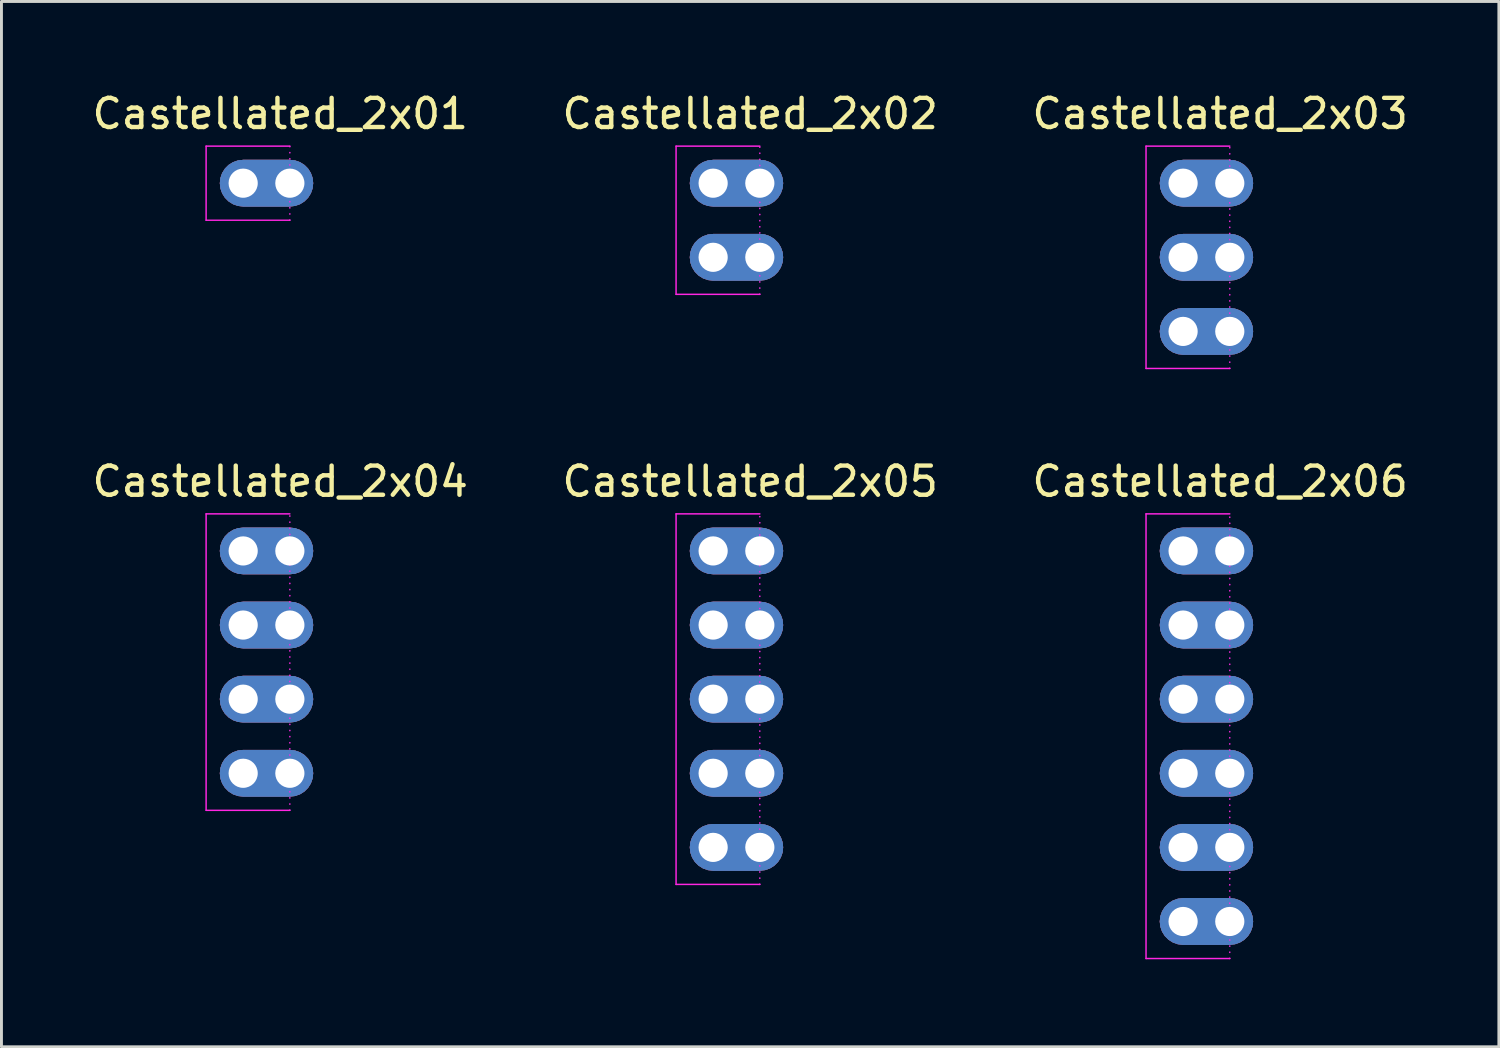
<source format=kicad_pcb>
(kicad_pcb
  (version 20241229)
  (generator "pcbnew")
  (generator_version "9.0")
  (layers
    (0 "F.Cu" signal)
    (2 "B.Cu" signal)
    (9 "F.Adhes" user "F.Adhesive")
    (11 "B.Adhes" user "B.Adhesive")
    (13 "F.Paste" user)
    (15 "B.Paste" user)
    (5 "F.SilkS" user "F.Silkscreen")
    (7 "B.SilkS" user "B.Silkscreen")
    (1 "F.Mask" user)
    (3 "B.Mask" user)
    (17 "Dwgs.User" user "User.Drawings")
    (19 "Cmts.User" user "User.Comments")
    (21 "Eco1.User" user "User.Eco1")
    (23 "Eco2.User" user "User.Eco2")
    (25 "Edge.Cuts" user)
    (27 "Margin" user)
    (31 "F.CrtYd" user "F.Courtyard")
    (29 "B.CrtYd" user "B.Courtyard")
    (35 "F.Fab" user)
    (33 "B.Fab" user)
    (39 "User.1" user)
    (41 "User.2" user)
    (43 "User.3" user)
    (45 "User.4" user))
  (footprint "Castellated_2x04"
    (layer "F.Cu")
    (at 5.284 15.832)
    (property "Reference" "Castellated_2x04" (at 1.27 -2.38 0) (layer "F.SilkS") (effects (font (size 1 1) (thickness 0.15))))
    (attr through_hole)
    (fp_line (start 1.6 -1.27) (end 1.6 8.89) (stroke (width 0.001) (type solid)) (layer "Edge.Cuts"))
    (fp_line (start -1.27 -1.27) (end -1.27 8.89) (stroke (width 0.05) (type solid)) (layer "F.CrtYd"))
    (fp_line (start -1.27 8.89) (end 1.6 8.89) (stroke (width 0.05) (type solid)) (layer "F.CrtYd"))
    (fp_line (start 1.6 -1.27) (end -1.27 -1.27) (stroke (width 0.05) (type solid)) (layer "F.CrtYd"))
    (fp_line (start 1.6 8.89) (end 1.6 -1.27) (stroke (width 0.05) (type dot)) (layer "F.CrtYd"))
    (pad "1" thru_hole roundrect (at 0 0) (size 3.2 1.6) (drill 1 (offset 0.8 0)) (layers "*.Cu" "*.Mask") (roundrect_rratio 0.5))
    (pad "1" thru_hole roundrect (at 1.6 0) (size 3.2 1.6) (drill 1 (offset -0.8 0)) (layers "*.Cu" "*.Mask") (roundrect_rratio 0.5))
    (pad "2" thru_hole roundrect (at 0 2.54) (size 3.2 1.6) (drill 1 (offset 0.8 0)) (layers "*.Cu" "*.Mask") (roundrect_rratio 0.5))
    (pad "2" thru_hole roundrect (at 1.6 2.54) (size 3.2 1.6) (drill 1 (offset -0.8 0)) (layers "*.Cu" "*.Mask") (roundrect_rratio 0.5))
    (pad "3" thru_hole roundrect (at 0 5.08) (size 3.2 1.6) (drill 1 (offset 0.8 0)) (layers "*.Cu" "*.Mask") (roundrect_rratio 0.5))
    (pad "3" thru_hole roundrect (at 1.6 5.08) (size 3.2 1.6) (drill 1 (offset -0.8 0)) (layers "*.Cu" "*.Mask") (roundrect_rratio 0.5))
    (pad "4" thru_hole roundrect (at 0 7.62) (size 3.2 1.6) (drill 1 (offset 0.8 0)) (layers "*.Cu" "*.Mask") (roundrect_rratio 0.5))
    (pad "4" thru_hole roundrect (at 1.6 7.62) (size 3.2 1.6) (drill 1 (offset -0.8 0)) (layers "*.Cu" "*.Mask") (roundrect_rratio 0.5)))
  (footprint "Castellated_2x02"
    (layer "F.Cu")
    (at 21.391 3.228)
    (property "Reference" "Castellated_2x02" (at 1.27 -2.38 0) (layer "F.SilkS") (effects (font (size 1 1) (thickness 0.15))))
    (attr through_hole)
    (fp_line (start 1.6 -1.27) (end 1.6 3.81) (stroke (width 0.001) (type solid)) (layer "Edge.Cuts"))
    (fp_line (start -1.27 -1.27) (end -1.27 3.81) (stroke (width 0.05) (type solid)) (layer "F.CrtYd"))
    (fp_line (start -1.27 3.81) (end 1.6 3.81) (stroke (width 0.05) (type solid)) (layer "F.CrtYd"))
    (fp_line (start 1.6 -1.27) (end -1.27 -1.27) (stroke (width 0.05) (type solid)) (layer "F.CrtYd"))
    (fp_line (start 1.6 3.81) (end 1.6 -1.27) (stroke (width 0.05) (type dot)) (layer "F.CrtYd"))
    (pad "1" thru_hole roundrect (at 0 0) (size 3.2 1.6) (drill 1 (offset 0.8 0)) (layers "*.Cu" "*.Mask") (roundrect_rratio 0.5))
    (pad "1" thru_hole roundrect (at 1.6 0) (size 3.2 1.6) (drill 1 (offset -0.8 0)) (layers "*.Cu" "*.Mask") (roundrect_rratio 0.5))
    (pad "2" thru_hole roundrect (at 0 2.54) (size 3.2 1.6) (drill 1 (offset 0.8 0)) (layers "*.Cu" "*.Mask") (roundrect_rratio 0.5))
    (pad "2" thru_hole roundrect (at 1.6 2.54) (size 3.2 1.6) (drill 1 (offset -0.8 0)) (layers "*.Cu" "*.Mask") (roundrect_rratio 0.5)))
  (footprint "Castellated_2x01"
    (layer "F.Cu")
    (at 5.284 3.228)
    (property "Reference" "Castellated_2x01" (at 1.27 -2.38 0) (layer "F.SilkS") (effects (font (size 1 1) (thickness 0.15))))
    (attr through_hole)
    (fp_line (start 1.6 -1.27) (end 1.6 1.27) (stroke (width 0.001) (type solid)) (layer "Edge.Cuts"))
    (fp_line (start -1.27 -1.27) (end -1.27 1.27) (stroke (width 0.05) (type solid)) (layer "F.CrtYd"))
    (fp_line (start -1.27 1.27) (end 1.6 1.27) (stroke (width 0.05) (type solid)) (layer "F.CrtYd"))
    (fp_line (start 1.6 -1.27) (end -1.27 -1.27) (stroke (width 0.05) (type solid)) (layer "F.CrtYd"))
    (fp_line (start 1.6 1.27) (end 1.6 -1.27) (stroke (width 0.05) (type dot)) (layer "F.CrtYd"))
    (pad "1" thru_hole roundrect (at 0 0) (size 3.2 1.6) (drill 1 (offset 0.8 0)) (layers "*.Cu" "*.Mask") (roundrect_rratio 0.5))
    (pad "1" thru_hole roundrect (at 1.6 0) (size 3.2 1.6) (drill 1 (offset -0.8 0)) (layers "*.Cu" "*.Mask") (roundrect_rratio 0.5)))
  (footprint "Castellated_2x06"
    (layer "F.Cu")
    (at 37.498 15.832)
    (property "Reference" "Castellated_2x06" (at 1.27 -2.38 0) (layer "F.SilkS") (effects (font (size 1 1) (thickness 0.15))))
    (attr through_hole)
    (fp_line (start 1.6 -1.27) (end 1.6 13.97) (stroke (width 0.001) (type solid)) (layer "Edge.Cuts"))
    (fp_line (start -1.27 -1.27) (end -1.27 13.97) (stroke (width 0.05) (type solid)) (layer "F.CrtYd"))
    (fp_line (start -1.27 13.97) (end 1.6 13.97) (stroke (width 0.05) (type solid)) (layer "F.CrtYd"))
    (fp_line (start 1.6 -1.27) (end -1.27 -1.27) (stroke (width 0.05) (type solid)) (layer "F.CrtYd"))
    (fp_line (start 1.6 13.97) (end 1.6 -1.27) (stroke (width 0.05) (type dot)) (layer "F.CrtYd"))
    (pad "1" thru_hole roundrect (at 0 0) (size 3.2 1.6) (drill 1 (offset 0.8 0)) (layers "*.Cu" "*.Mask") (roundrect_rratio 0.5))
    (pad "1" thru_hole roundrect (at 1.6 0) (size 3.2 1.6) (drill 1 (offset -0.8 0)) (layers "*.Cu" "*.Mask") (roundrect_rratio 0.5))
    (pad "2" thru_hole roundrect (at 0 2.54) (size 3.2 1.6) (drill 1 (offset 0.8 0)) (layers "*.Cu" "*.Mask") (roundrect_rratio 0.5))
    (pad "2" thru_hole roundrect (at 1.6 2.54) (size 3.2 1.6) (drill 1 (offset -0.8 0)) (layers "*.Cu" "*.Mask") (roundrect_rratio 0.5))
    (pad "3" thru_hole roundrect (at 0 5.08) (size 3.2 1.6) (drill 1 (offset 0.8 0)) (layers "*.Cu" "*.Mask") (roundrect_rratio 0.5))
    (pad "3" thru_hole roundrect (at 1.6 5.08) (size 3.2 1.6) (drill 1 (offset -0.8 0)) (layers "*.Cu" "*.Mask") (roundrect_rratio 0.5))
    (pad "4" thru_hole roundrect (at 0 7.62) (size 3.2 1.6) (drill 1 (offset 0.8 0)) (layers "*.Cu" "*.Mask") (roundrect_rratio 0.5))
    (pad "4" thru_hole roundrect (at 1.6 7.62) (size 3.2 1.6) (drill 1 (offset -0.8 0)) (layers "*.Cu" "*.Mask") (roundrect_rratio 0.5))
    (pad "5" thru_hole roundrect (at 0 10.16) (size 3.2 1.6) (drill 1 (offset 0.8 0)) (layers "*.Cu" "*.Mask") (roundrect_rratio 0.5))
    (pad "5" thru_hole roundrect (at 1.6 10.16) (size 3.2 1.6) (drill 1 (offset -0.8 0)) (layers "*.Cu" "*.Mask") (roundrect_rratio 0.5))
    (pad "6" thru_hole roundrect (at 0 12.7) (size 3.2 1.6) (drill 1 (offset 0.8 0)) (layers "*.Cu" "*.Mask") (roundrect_rratio 0.5))
    (pad "6" thru_hole roundrect (at 1.6 12.7) (size 3.2 1.6) (drill 1 (offset -0.8 0)) (layers "*.Cu" "*.Mask") (roundrect_rratio 0.5)))
  (footprint "Castellated_2x05"
    (layer "F.Cu")
    (at 21.391 15.832)
    (property "Reference" "Castellated_2x05" (at 1.27 -2.38 0) (layer "F.SilkS") (effects (font (size 1 1) (thickness 0.15))))
    (attr through_hole)
    (fp_line (start 1.6 -1.27) (end 1.6 11.43) (stroke (width 0.001) (type solid)) (layer "Edge.Cuts"))
    (fp_line (start -1.27 -1.27) (end -1.27 11.43) (stroke (width 0.05) (type solid)) (layer "F.CrtYd"))
    (fp_line (start -1.27 11.43) (end 1.6 11.43) (stroke (width 0.05) (type solid)) (layer "F.CrtYd"))
    (fp_line (start 1.6 -1.27) (end -1.27 -1.27) (stroke (width 0.05) (type solid)) (layer "F.CrtYd"))
    (fp_line (start 1.6 11.43) (end 1.6 -1.27) (stroke (width 0.05) (type dot)) (layer "F.CrtYd"))
    (pad "1" thru_hole roundrect (at 0 0) (size 3.2 1.6) (drill 1 (offset 0.8 0)) (layers "*.Cu" "*.Mask") (roundrect_rratio 0.5))
    (pad "1" thru_hole roundrect (at 1.6 0) (size 3.2 1.6) (drill 1 (offset -0.8 0)) (layers "*.Cu" "*.Mask") (roundrect_rratio 0.5))
    (pad "2" thru_hole roundrect (at 0 2.54) (size 3.2 1.6) (drill 1 (offset 0.8 0)) (layers "*.Cu" "*.Mask") (roundrect_rratio 0.5))
    (pad "2" thru_hole roundrect (at 1.6 2.54) (size 3.2 1.6) (drill 1 (offset -0.8 0)) (layers "*.Cu" "*.Mask") (roundrect_rratio 0.5))
    (pad "3" thru_hole roundrect (at 0 5.08) (size 3.2 1.6) (drill 1 (offset 0.8 0)) (layers "*.Cu" "*.Mask") (roundrect_rratio 0.5))
    (pad "3" thru_hole roundrect (at 1.6 5.08) (size 3.2 1.6) (drill 1 (offset -0.8 0)) (layers "*.Cu" "*.Mask") (roundrect_rratio 0.5))
    (pad "4" thru_hole roundrect (at 0 7.62) (size 3.2 1.6) (drill 1 (offset 0.8 0)) (layers "*.Cu" "*.Mask") (roundrect_rratio 0.5))
    (pad "4" thru_hole roundrect (at 1.6 7.62) (size 3.2 1.6) (drill 1 (offset -0.8 0)) (layers "*.Cu" "*.Mask") (roundrect_rratio 0.5))
    (pad "5" thru_hole roundrect (at 0 10.16) (size 3.2 1.6) (drill 1 (offset 0.8 0)) (layers "*.Cu" "*.Mask") (roundrect_rratio 0.5))
    (pad "5" thru_hole roundrect (at 1.6 10.16) (size 3.2 1.6) (drill 1 (offset -0.8 0)) (layers "*.Cu" "*.Mask") (roundrect_rratio 0.5)))
  (footprint "Castellated_2x03"
    (layer "F.Cu")
    (at 37.498 3.228)
    (property "Reference" "Castellated_2x03" (at 1.27 -2.38 0) (layer "F.SilkS") (effects (font (size 1 1) (thickness 0.15))))
    (attr through_hole)
    (fp_line (start 1.6 -1.27) (end 1.6 6.35) (stroke (width 0.001) (type solid)) (layer "Edge.Cuts"))
    (fp_line (start -1.27 -1.27) (end -1.27 6.35) (stroke (width 0.05) (type solid)) (layer "F.CrtYd"))
    (fp_line (start -1.27 6.35) (end 1.6 6.35) (stroke (width 0.05) (type solid)) (layer "F.CrtYd"))
    (fp_line (start 1.6 -1.27) (end -1.27 -1.27) (stroke (width 0.05) (type solid)) (layer "F.CrtYd"))
    (fp_line (start 1.6 6.35) (end 1.6 -1.27) (stroke (width 0.05) (type dot)) (layer "F.CrtYd"))
    (pad "1" thru_hole roundrect (at 0 0) (size 3.2 1.6) (drill 1 (offset 0.8 0)) (layers "*.Cu" "*.Mask") (roundrect_rratio 0.5))
    (pad "1" thru_hole roundrect (at 1.6 0) (size 3.2 1.6) (drill 1 (offset -0.8 0)) (layers "*.Cu" "*.Mask") (roundrect_rratio 0.5))
    (pad "2" thru_hole roundrect (at 0 2.54) (size 3.2 1.6) (drill 1 (offset 0.8 0)) (layers "*.Cu" "*.Mask") (roundrect_rratio 0.5))
    (pad "2" thru_hole roundrect (at 1.6 2.54) (size 3.2 1.6) (drill 1 (offset -0.8 0)) (layers "*.Cu" "*.Mask") (roundrect_rratio 0.5))
    (pad "3" thru_hole roundrect (at 0 5.08) (size 3.2 1.6) (drill 1 (offset 0.8 0)) (layers "*.Cu" "*.Mask") (roundrect_rratio 0.5))
    (pad "3" thru_hole roundrect (at 1.6 5.08) (size 3.2 1.6) (drill 1 (offset -0.8 0)) (layers "*.Cu" "*.Mask") (roundrect_rratio 0.5)))
  (gr_rect
    (start -3 -3)
    (end 48.321 32.827)
    (stroke (width 0.1) (type default))
    (fill no)
    (layer "Edge.Cuts")))
</source>
